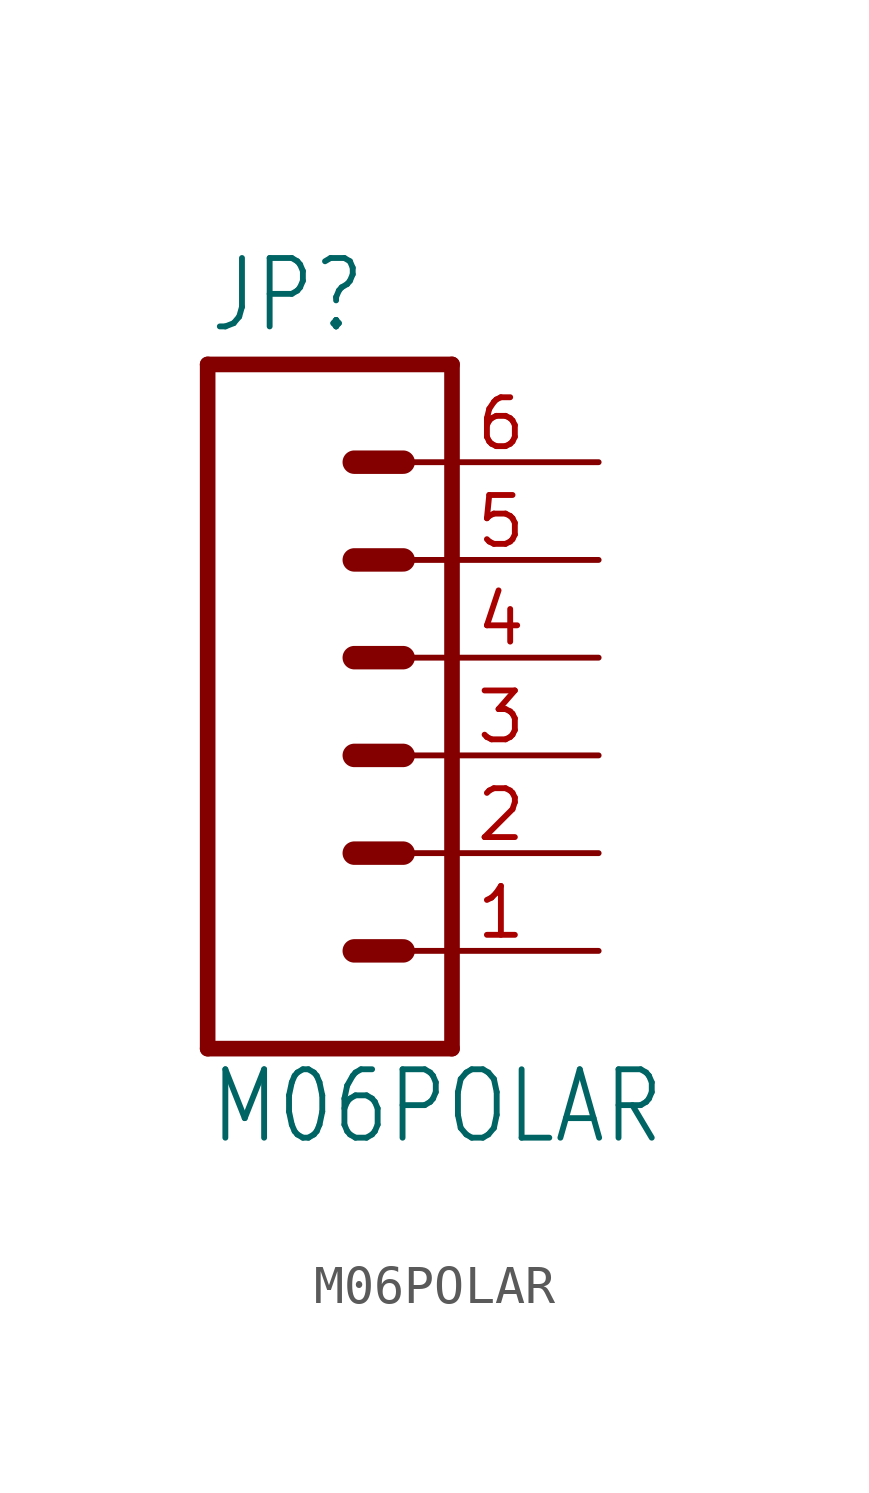
<source format=kicad_sym>
(kicad_symbol_lib
  (version 20211014)
  (generator kicad_symbol_editor)
  (symbol "M06POLAR"
    (property "Reference" "JP"
      (at -5.08 10.922 0)
      (effects (font (size 1.778 1.511)) (justify left bottom)))
    (property "Value" "M06POLAR"
      (at -5.08 -10.16 0)
      (effects (font (size 1.778 1.511)) (justify left bottom)))
    (property "ki_locked" ""
      (at 0 0 0)
      (effects (font (size 1.27 1.27))))
    (symbol "M06POLAR_1_0"
      (polyline (pts (xy -5.08 10.16) (xy -5.08 -7.62)) (stroke (width 0.406) (type default) (color 0 0 0 0)) (fill (type none)))
      (polyline (pts (xy -5.08 10.16) (xy 1.27 10.16)) (stroke (width 0.406) (type default) (color 0 0 0 0)) (fill (type none)))
      (polyline (pts (xy -1.27 -5.08) (xy 0 -5.08)) (stroke (width 0.61) (type default) (color 0 0 0 0)) (fill (type none)))
      (polyline (pts (xy -1.27 -2.54) (xy 0 -2.54)) (stroke (width 0.61) (type default) (color 0 0 0 0)) (fill (type none)))
      (polyline (pts (xy -1.27 0) (xy 0 0)) (stroke (width 0.61) (type default) (color 0 0 0 0)) (fill (type none)))
      (polyline (pts (xy -1.27 2.54) (xy 0 2.54)) (stroke (width 0.61) (type default) (color 0 0 0 0)) (fill (type none)))
      (polyline (pts (xy -1.27 5.08) (xy 0 5.08)) (stroke (width 0.61) (type default) (color 0 0 0 0)) (fill (type none)))
      (polyline (pts (xy -1.27 7.62) (xy 0 7.62)) (stroke (width 0.61) (type default) (color 0 0 0 0)) (fill (type none)))
      (polyline (pts (xy 1.27 -7.62) (xy -5.08 -7.62)) (stroke (width 0.406) (type default) (color 0 0 0 0)) (fill (type none)))
      (polyline (pts (xy 1.27 -7.62) (xy 1.27 10.16)) (stroke (width 0.406) (type default) (color 0 0 0 0)) (fill (type none)))
      (pin passive line (at 5.08 -5.08 180) (length 5.08) (name "1" (effects (font (size 0 0)))) (number "1" (effects (font (size 1.27 1.27)))))
      (pin passive line (at 5.08 -2.54 180) (length 5.08) (name "2" (effects (font (size 0 0)))) (number "2" (effects (font (size 1.27 1.27)))))
      (pin passive line (at 5.08 0 180) (length 5.08) (name "3" (effects (font (size 0 0)))) (number "3" (effects (font (size 1.27 1.27)))))
      (pin passive line (at 5.08 2.54 180) (length 5.08) (name "4" (effects (font (size 0 0)))) (number "4" (effects (font (size 1.27 1.27)))))
      (pin passive line (at 5.08 5.08 180) (length 5.08) (name "5" (effects (font (size 0 0)))) (number "5" (effects (font (size 1.27 1.27)))))
      (pin passive line (at 5.08 7.62 180) (length 5.08) (name "6" (effects (font (size 0 0)))) (number "6" (effects (font (size 1.27 1.27))))))))
</source>
